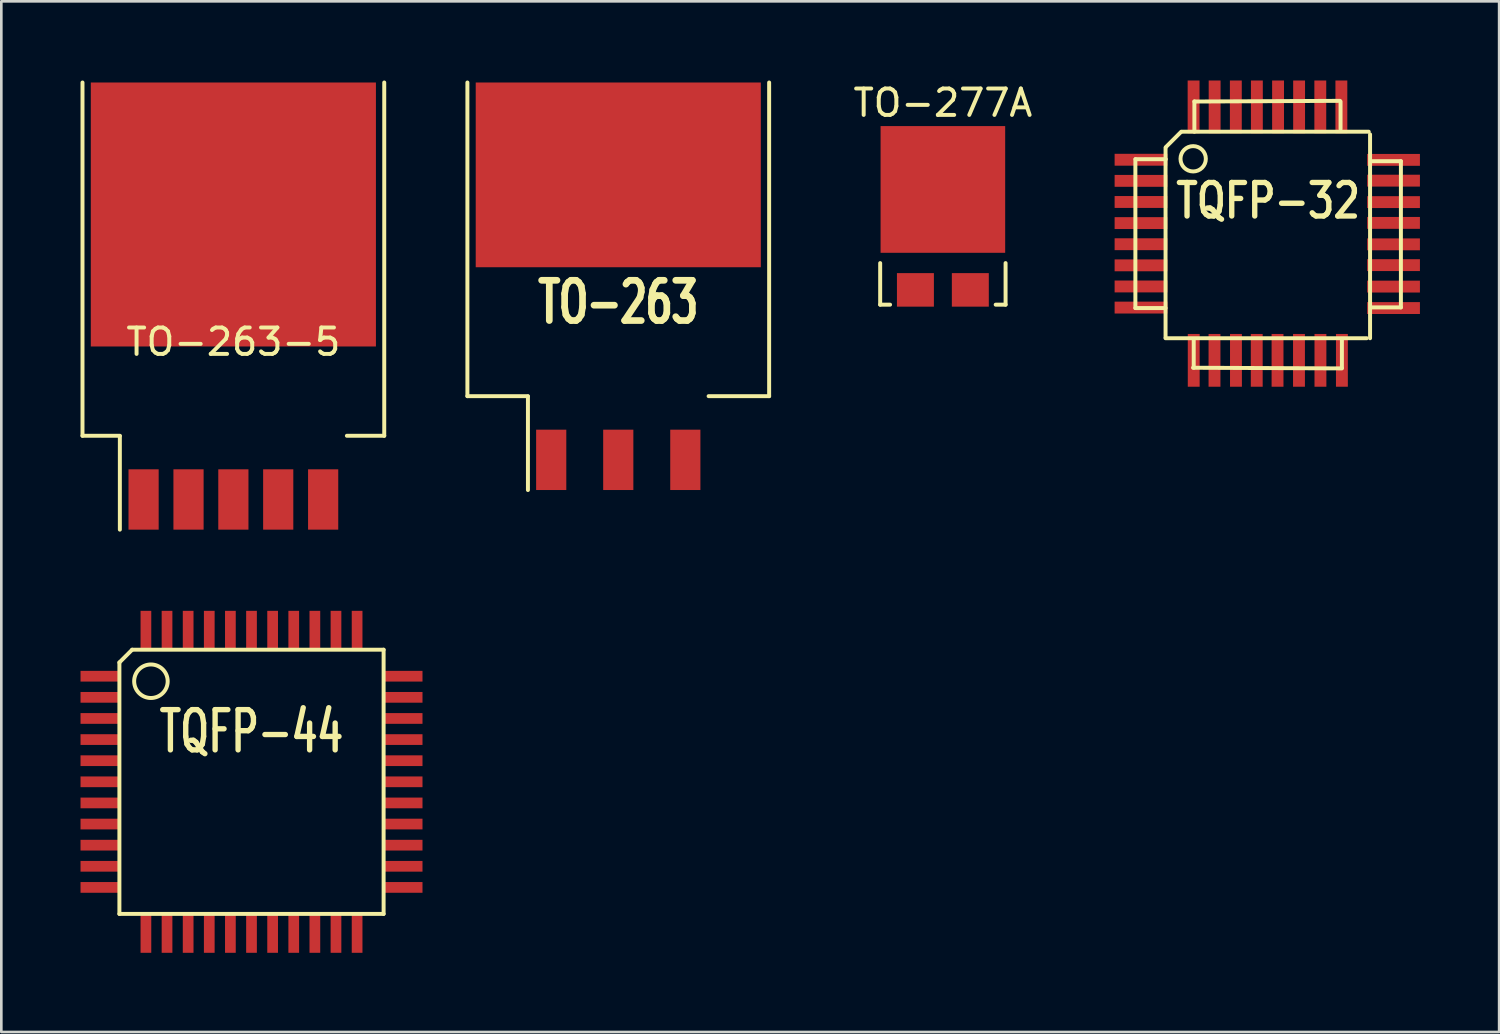
<source format=kicad_pcb>
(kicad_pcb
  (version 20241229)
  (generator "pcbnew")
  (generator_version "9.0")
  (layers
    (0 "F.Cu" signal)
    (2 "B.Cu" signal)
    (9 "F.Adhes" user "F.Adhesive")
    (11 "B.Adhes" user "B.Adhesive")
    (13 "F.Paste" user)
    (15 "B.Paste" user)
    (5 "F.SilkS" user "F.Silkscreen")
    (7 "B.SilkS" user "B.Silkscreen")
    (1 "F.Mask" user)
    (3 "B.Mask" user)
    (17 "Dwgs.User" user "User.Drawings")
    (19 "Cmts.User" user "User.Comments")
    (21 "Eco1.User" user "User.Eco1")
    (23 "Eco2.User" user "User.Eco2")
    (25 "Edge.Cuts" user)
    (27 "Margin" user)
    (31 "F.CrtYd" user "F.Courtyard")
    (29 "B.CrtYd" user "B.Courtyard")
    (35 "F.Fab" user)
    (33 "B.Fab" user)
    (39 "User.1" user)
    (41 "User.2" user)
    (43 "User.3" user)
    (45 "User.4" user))
  (footprint "TO-277A"
    (layer "F.Cu")
    (at 32.666 5.166)
    (property "Reference" "TO-277A" (at 0 -4.318 0) (layer "F.SilkS") (effects (font (size 1 1) (thickness 0.15))))
    (attr through_hole)
    (fp_line (start -2.375 1.75) (end -2.375 3.325) (stroke (width 0.15) (type solid)) (layer "F.SilkS"))
    (fp_line (start -2.375 3.325) (end -2 3.325) (stroke (width 0.15) (type solid)) (layer "F.SilkS"))
    (fp_line (start 2 3.325) (end 2.375 3.325) (stroke (width 0.15) (type solid)) (layer "F.SilkS"))
    (fp_line (start 2.375 1.75) (end 2.375 3.325) (stroke (width 0.15) (type solid)) (layer "F.SilkS"))
    (pad "1" smd rect (at -1.04 2.765) (size 1.4 1.27) (layers "F.Cu" "F.Mask" "F.Paste"))
    (pad "1" smd rect (at 1.04 2.765) (size 1.4 1.27) (layers "F.Cu" "F.Mask" "F.Paste"))
    (pad "3" smd rect (at 0 -1.04) (size 4.72 4.8) (layers "F.Cu" "F.Mask" "F.Paste")))
  (footprint "TO-263-5"
    (layer "F.Cu")
    (at 5.79 15.87)
    (property "Reference" "TO-263-5" (at 0 -5.969 0) (layer "F.SilkS") (effects (font (size 1 1) (thickness 0.15))))
    (attr smd)
    (fp_line (start -5.715 -2.413) (end -5.715 -15.795) (stroke (width 0.15) (type solid)) (layer "F.SilkS"))
    (fp_line (start -5.715 -2.413) (end -4.3 -2.413) (stroke (width 0.15) (type solid)) (layer "F.SilkS"))
    (fp_line (start -4.3 -2.4) (end -4.3 1.143) (stroke (width 0.15) (type solid)) (layer "F.SilkS"))
    (fp_line (start 4.3 -2.413) (end 5.715 -2.413) (stroke (width 0.15) (type solid)) (layer "F.SilkS"))
    (fp_line (start 5.715 -15.795) (end 5.715 -2.413) (stroke (width 0.15) (type solid)) (layer "F.SilkS"))
    (pad "1" smd rect (at -3.401 0) (size 1.143 2.286) (layers "F.Cu" "F.Mask" "F.Paste"))
    (pad "2" smd rect (at -1.699 0) (size 1.143 2.286) (layers "F.Cu" "F.Mask" "F.Paste"))
    (pad "3" smd rect (at 0 -10.795) (size 10.8 10) (layers "F.Cu" "F.Mask" "F.Paste"))
    (pad "3" smd rect (at 0 0) (size 1.143 2.286) (layers "F.Cu" "F.Mask" "F.Paste"))
    (pad "4" smd rect (at 1.699 0) (size 1.143 2.286) (layers "F.Cu" "F.Mask" "F.Paste"))
    (pad "5" smd rect (at 3.401 0) (size 1.143 2.286) (layers "F.Cu" "F.Mask" "F.Paste")))
  (footprint "TQFP-44"
    (layer "F.Cu")
    (at 6.477 26.565)
    (property "Reference" "TQFP-44" (at 0 -1.905 0) (layer "F.SilkS") (effects (font (size 1.524 1.016) (thickness 0.203))))
    (attr smd)
    (fp_line (start -5.004 -4.521) (end -5.004 5.004) (stroke (width 0.15) (type solid)) (layer "F.SilkS"))
    (fp_line (start -5.004 -4.521) (end -4.521 -5.004) (stroke (width 0.15) (type solid)) (layer "F.SilkS"))
    (fp_line (start -4.521 -5.004) (end 5.004 -5.004) (stroke (width 0.15) (type solid)) (layer "F.SilkS"))
    (fp_line (start 5.004 -5.004) (end 5.004 5.004) (stroke (width 0.15) (type solid)) (layer "F.SilkS"))
    (fp_line (start 5.004 5.004) (end -5.004 5.004) (stroke (width 0.15) (type solid)) (layer "F.SilkS"))
    (fp_circle (center -3.81 -3.81) (end -3.81 -3.175) (stroke (width 0.15) (type solid)) (fill no) (layer "F.SilkS"))
    (pad "1" smd rect (at -5.715 -4) (size 1.524 0.406) (layers "F.Cu" "F.Mask" "F.Paste"))
    (pad "2" smd rect (at -5.715 -3.2) (size 1.524 0.406) (layers "F.Cu" "F.Mask" "F.Paste"))
    (pad "3" smd rect (at -5.715 -2.4) (size 1.524 0.406) (layers "F.Cu" "F.Mask" "F.Paste"))
    (pad "4" smd rect (at -5.715 -1.6) (size 1.524 0.406) (layers "F.Cu" "F.Mask" "F.Paste"))
    (pad "5" smd rect (at -5.715 -0.8) (size 1.524 0.406) (layers "F.Cu" "F.Mask" "F.Paste"))
    (pad "6" smd rect (at -5.715 0) (size 1.524 0.406) (layers "F.Cu" "F.Mask" "F.Paste"))
    (pad "7" smd rect (at -5.715 0.8) (size 1.524 0.406) (layers "F.Cu" "F.Mask" "F.Paste"))
    (pad "8" smd rect (at -5.715 1.6) (size 1.524 0.406) (layers "F.Cu" "F.Mask" "F.Paste"))
    (pad "9" smd rect (at -5.715 2.4) (size 1.524 0.406) (layers "F.Cu" "F.Mask" "F.Paste"))
    (pad "10" smd rect (at -5.715 3.2) (size 1.524 0.406) (layers "F.Cu" "F.Mask" "F.Paste"))
    (pad "11" smd rect (at -5.715 4) (size 1.524 0.406) (layers "F.Cu" "F.Mask" "F.Paste"))
    (pad "12" smd rect (at -4 5.715) (size 0.406 1.524) (layers "F.Cu" "F.Mask" "F.Paste"))
    (pad "13" smd rect (at -3.2 5.715) (size 0.406 1.524) (layers "F.Cu" "F.Mask" "F.Paste"))
    (pad "14" smd rect (at -2.4 5.715) (size 0.406 1.524) (layers "F.Cu" "F.Mask" "F.Paste"))
    (pad "15" smd rect (at -1.6 5.715) (size 0.406 1.524) (layers "F.Cu" "F.Mask" "F.Paste"))
    (pad "16" smd rect (at -0.8 5.715) (size 0.406 1.524) (layers "F.Cu" "F.Mask" "F.Paste"))
    (pad "17" smd rect (at 0 5.715) (size 0.406 1.524) (layers "F.Cu" "F.Mask" "F.Paste"))
    (pad "18" smd rect (at 0.8 5.715) (size 0.406 1.524) (layers "F.Cu" "F.Mask" "F.Paste"))
    (pad "19" smd rect (at 1.6 5.715) (size 0.406 1.524) (layers "F.Cu" "F.Mask" "F.Paste"))
    (pad "20" smd rect (at 2.4 5.715) (size 0.406 1.524) (layers "F.Cu" "F.Mask" "F.Paste"))
    (pad "21" smd rect (at 3.2 5.715) (size 0.406 1.524) (layers "F.Cu" "F.Mask" "F.Paste"))
    (pad "22" smd rect (at 4 5.715) (size 0.406 1.524) (layers "F.Cu" "F.Mask" "F.Paste"))
    (pad "23" smd rect (at 5.715 4) (size 1.524 0.406) (layers "F.Cu" "F.Mask" "F.Paste"))
    (pad "24" smd rect (at 5.715 3.2) (size 1.524 0.406) (layers "F.Cu" "F.Mask" "F.Paste"))
    (pad "25" smd rect (at 5.715 2.4) (size 1.524 0.406) (layers "F.Cu" "F.Mask" "F.Paste"))
    (pad "26" smd rect (at 5.715 1.6) (size 1.524 0.406) (layers "F.Cu" "F.Mask" "F.Paste"))
    (pad "27" smd rect (at 5.715 0.8) (size 1.524 0.406) (layers "F.Cu" "F.Mask" "F.Paste"))
    (pad "28" smd rect (at 5.715 0) (size 1.524 0.406) (layers "F.Cu" "F.Mask" "F.Paste"))
    (pad "29" smd rect (at 5.715 -0.8) (size 1.524 0.406) (layers "F.Cu" "F.Mask" "F.Paste"))
    (pad "30" smd rect (at 5.715 -1.6) (size 1.524 0.406) (layers "F.Cu" "F.Mask" "F.Paste"))
    (pad "31" smd rect (at 5.715 -2.4) (size 1.524 0.406) (layers "F.Cu" "F.Mask" "F.Paste"))
    (pad "32" smd rect (at 5.715 -3.2) (size 1.524 0.406) (layers "F.Cu" "F.Mask" "F.Paste"))
    (pad "33" smd rect (at 5.715 -4) (size 1.524 0.406) (layers "F.Cu" "F.Mask" "F.Paste"))
    (pad "34" smd rect (at 4 -5.715) (size 0.406 1.524) (layers "F.Cu" "F.Mask" "F.Paste"))
    (pad "35" smd rect (at 3.2 -5.715) (size 0.406 1.524) (layers "F.Cu" "F.Mask" "F.Paste"))
    (pad "36" smd rect (at 2.4 -5.715) (size 0.406 1.524) (layers "F.Cu" "F.Mask" "F.Paste"))
    (pad "37" smd rect (at 1.6 -5.715) (size 0.406 1.524) (layers "F.Cu" "F.Mask" "F.Paste"))
    (pad "38" smd rect (at 0.8 -5.715) (size 0.406 1.524) (layers "F.Cu" "F.Mask" "F.Paste"))
    (pad "39" smd rect (at 0 -5.715) (size 0.406 1.524) (layers "F.Cu" "F.Mask" "F.Paste"))
    (pad "40" smd rect (at -0.8 -5.715) (size 0.406 1.524) (layers "F.Cu" "F.Mask" "F.Paste"))
    (pad "41" smd rect (at -1.6 -5.715) (size 0.406 1.524) (layers "F.Cu" "F.Mask" "F.Paste"))
    (pad "42" smd rect (at -2.4 -5.715) (size 0.406 1.524) (layers "F.Cu" "F.Mask" "F.Paste"))
    (pad "43" smd rect (at -3.2 -5.715) (size 0.406 1.524) (layers "F.Cu" "F.Mask" "F.Paste"))
    (pad "44" smd rect (at -4 -5.715) (size 0.406 1.524) (layers "F.Cu" "F.Mask" "F.Paste")))
  (footprint "TQFP-32"
    (layer "F.Cu")
    (at 44.987 5.825)
    (property "Reference" "TQFP-32" (at 0 -1.27 0) (layer "F.SilkS") (effects (font (size 1.27 1.016) (thickness 0.203))))
    (attr through_hole)
    (fp_line (start -5.029 -2.845) (end -5.029 2.794) (stroke (width 0.15) (type solid)) (layer "F.SilkS"))
    (fp_line (start -5.029 2.794) (end -3.886 2.794) (stroke (width 0.15) (type solid)) (layer "F.SilkS"))
    (fp_line (start -5.024 -2.845) (end -3.876 -2.845) (stroke (width 0.15) (type solid)) (layer "F.SilkS"))
    (fp_line (start -3.886 -3.277) (end -3.886 3.912) (stroke (width 0.15) (type solid)) (layer "F.SilkS"))
    (fp_line (start -3.886 3.937) (end 3.734 3.937) (stroke (width 0.15) (type solid)) (layer "F.SilkS"))
    (fp_line (start -3.876 -3.302) (end -3.292 -3.886) (stroke (width 0.15) (type solid)) (layer "F.SilkS"))
    (fp_line (start -3.251 -3.886) (end 3.81 -3.886) (stroke (width 0.15) (type solid)) (layer "F.SilkS"))
    (fp_line (start -2.845 5.055) (end 2.794 5.08) (stroke (width 0.15) (type solid)) (layer "F.SilkS"))
    (fp_line (start -2.819 3.988) (end -2.819 5.055) (stroke (width 0.15) (type solid)) (layer "F.SilkS"))
    (fp_line (start -2.794 -5.029) (end 2.718 -5.055) (stroke (width 0.15) (type solid)) (layer "F.SilkS"))
    (fp_line (start -2.794 -3.886) (end -2.794 -5.034) (stroke (width 0.15) (type solid)) (layer "F.SilkS"))
    (fp_line (start 2.743 -5.029) (end 2.743 -3.988) (stroke (width 0.15) (type solid)) (layer "F.SilkS"))
    (fp_line (start 2.794 3.962) (end 2.794 5.055) (stroke (width 0.15) (type solid)) (layer "F.SilkS"))
    (fp_line (start 3.861 3.937) (end 3.861 -3.785) (stroke (width 0.15) (type solid)) (layer "F.SilkS"))
    (fp_line (start 5.029 -2.769) (end 3.912 -2.769) (stroke (width 0.15) (type solid)) (layer "F.SilkS"))
    (fp_line (start 5.029 2.769) (end 3.886 2.769) (stroke (width 0.15) (type solid)) (layer "F.SilkS"))
    (fp_line (start 5.029 2.769) (end 5.029 -2.769) (stroke (width 0.15) (type solid)) (layer "F.SilkS"))
    (fp_circle (center -2.84 -2.86) (end -2.433 -2.606) (stroke (width 0.15) (type solid)) (fill no) (layer "F.SilkS"))
    (pad "1" smd rect (at -4.816 -2.824) (size 1.999 0.45) (layers "F.Cu" "F.Mask" "F.Paste"))
    (pad "2" smd rect (at -4.816 -2.024) (size 1.999 0.45) (layers "F.Cu" "F.Mask" "F.Paste"))
    (pad "3" smd rect (at -4.816 -1.224) (size 1.999 0.45) (layers "F.Cu" "F.Mask" "F.Paste"))
    (pad "4" smd rect (at -4.816 -0.424) (size 1.999 0.45) (layers "F.Cu" "F.Mask" "F.Paste"))
    (pad "5" smd rect (at -4.816 0.376) (size 1.999 0.45) (layers "F.Cu" "F.Mask" "F.Paste"))
    (pad "6" smd rect (at -4.816 1.176) (size 1.999 0.45) (layers "F.Cu" "F.Mask" "F.Paste"))
    (pad "7" smd rect (at -4.816 1.976) (size 1.999 0.45) (layers "F.Cu" "F.Mask" "F.Paste"))
    (pad "8" smd rect (at -4.816 2.776) (size 1.999 0.45) (layers "F.Cu" "F.Mask" "F.Paste"))
    (pad "9" smd rect (at -2.819 4.775) (size 0.45 1.999) (layers "F.Cu" "F.Mask" "F.Paste"))
    (pad "10" smd rect (at -2.032 4.775) (size 0.45 1.999) (layers "F.Cu" "F.Mask" "F.Paste"))
    (pad "11" smd rect (at -1.219 4.775) (size 0.45 1.999) (layers "F.Cu" "F.Mask" "F.Paste"))
    (pad "12" smd rect (at -0.432 4.775) (size 0.45 1.999) (layers "F.Cu" "F.Mask" "F.Paste"))
    (pad "13" smd rect (at 0.356 4.775) (size 0.45 1.999) (layers "F.Cu" "F.Mask" "F.Paste"))
    (pad "14" smd rect (at 1.168 4.775) (size 0.45 1.999) (layers "F.Cu" "F.Mask" "F.Paste"))
    (pad "15" smd rect (at 1.981 4.775) (size 0.45 1.999) (layers "F.Cu" "F.Mask" "F.Paste"))
    (pad "16" smd rect (at 2.794 4.775) (size 0.45 1.999) (layers "F.Cu" "F.Mask" "F.Paste"))
    (pad "17" smd rect (at 4.75 2.794) (size 1.999 0.45) (layers "F.Cu" "F.Mask" "F.Paste"))
    (pad "18" smd rect (at 4.75 1.981) (size 1.999 0.45) (layers "F.Cu" "F.Mask" "F.Paste"))
    (pad "19" smd rect (at 4.75 1.168) (size 1.999 0.45) (layers "F.Cu" "F.Mask" "F.Paste"))
    (pad "20" smd rect (at 4.75 0.381) (size 1.999 0.45) (layers "F.Cu" "F.Mask" "F.Paste"))
    (pad "21" smd rect (at 4.75 -0.432) (size 1.999 0.45) (layers "F.Cu" "F.Mask" "F.Paste"))
    (pad "22" smd rect (at 4.75 -1.219) (size 1.999 0.45) (layers "F.Cu" "F.Mask" "F.Paste"))
    (pad "23" smd rect (at 4.75 -2.032) (size 1.999 0.45) (layers "F.Cu" "F.Mask" "F.Paste"))
    (pad "24" smd rect (at 4.75 -2.819) (size 1.999 0.45) (layers "F.Cu" "F.Mask" "F.Paste"))
    (pad "25" smd rect (at 2.774 -4.826) (size 0.45 1.999) (layers "F.Cu" "F.Mask" "F.Paste"))
    (pad "26" smd rect (at 1.976 -4.826) (size 0.45 1.999) (layers "F.Cu" "F.Mask" "F.Paste"))
    (pad "27" smd rect (at 1.173 -4.826) (size 0.45 1.999) (layers "F.Cu" "F.Mask" "F.Paste"))
    (pad "28" smd rect (at 0.376 -4.826) (size 0.45 1.999) (layers "F.Cu" "F.Mask" "F.Paste"))
    (pad "29" smd rect (at -0.427 -4.826) (size 0.45 1.999) (layers "F.Cu" "F.Mask" "F.Paste"))
    (pad "30" smd rect (at -1.224 -4.826) (size 0.45 1.999) (layers "F.Cu" "F.Mask" "F.Paste"))
    (pad "31" smd rect (at -2.027 -4.826) (size 0.45 1.999) (layers "F.Cu" "F.Mask" "F.Paste"))
    (pad "32" smd rect (at -2.824 -4.826) (size 0.45 1.999) (layers "F.Cu" "F.Mask" "F.Paste")))
  (footprint "TO-263"
    (layer "F.Cu")
    (at 20.37 14.369)
    (property "Reference" "TO-263" (at 0 -5.969 0) (layer "F.SilkS") (effects (font (size 1.524 1.016) (thickness 0.254))))
    (attr smd)
    (fp_line (start -5.715 -2.413) (end -5.715 -14.294) (stroke (width 0.15) (type solid)) (layer "F.SilkS"))
    (fp_line (start -5.715 -2.413) (end -3.422 -2.413) (stroke (width 0.15) (type solid)) (layer "F.SilkS"))
    (fp_line (start -3.422 -2.4) (end -3.422 1.143) (stroke (width 0.15) (type solid)) (layer "F.SilkS"))
    (fp_line (start 3.422 -2.413) (end 5.715 -2.413) (stroke (width 0.15) (type solid)) (layer "F.SilkS"))
    (fp_line (start 5.715 -14.294) (end 5.715 -2.413) (stroke (width 0.15) (type solid)) (layer "F.SilkS"))
    (pad "1" smd rect (at -2.54 0) (size 1.143 2.286) (layers "F.Cu" "F.Mask" "F.Paste"))
    (pad "2" smd rect (at 0 0) (size 1.143 2.286) (layers "F.Cu" "F.Mask" "F.Paste"))
    (pad "3" smd rect (at 0 -10.795) (size 10.8 6.998) (layers "F.Cu" "F.Mask" "F.Paste"))
    (pad "3" smd rect (at 2.54 0) (size 1.143 2.286) (layers "F.Cu" "F.Mask" "F.Paste")))
  (gr_rect
    (start -3 -3)
    (end 53.737 36.042)
    (stroke (width 0.1) (type default))
    (fill no)
    (layer "Edge.Cuts")))
</source>
